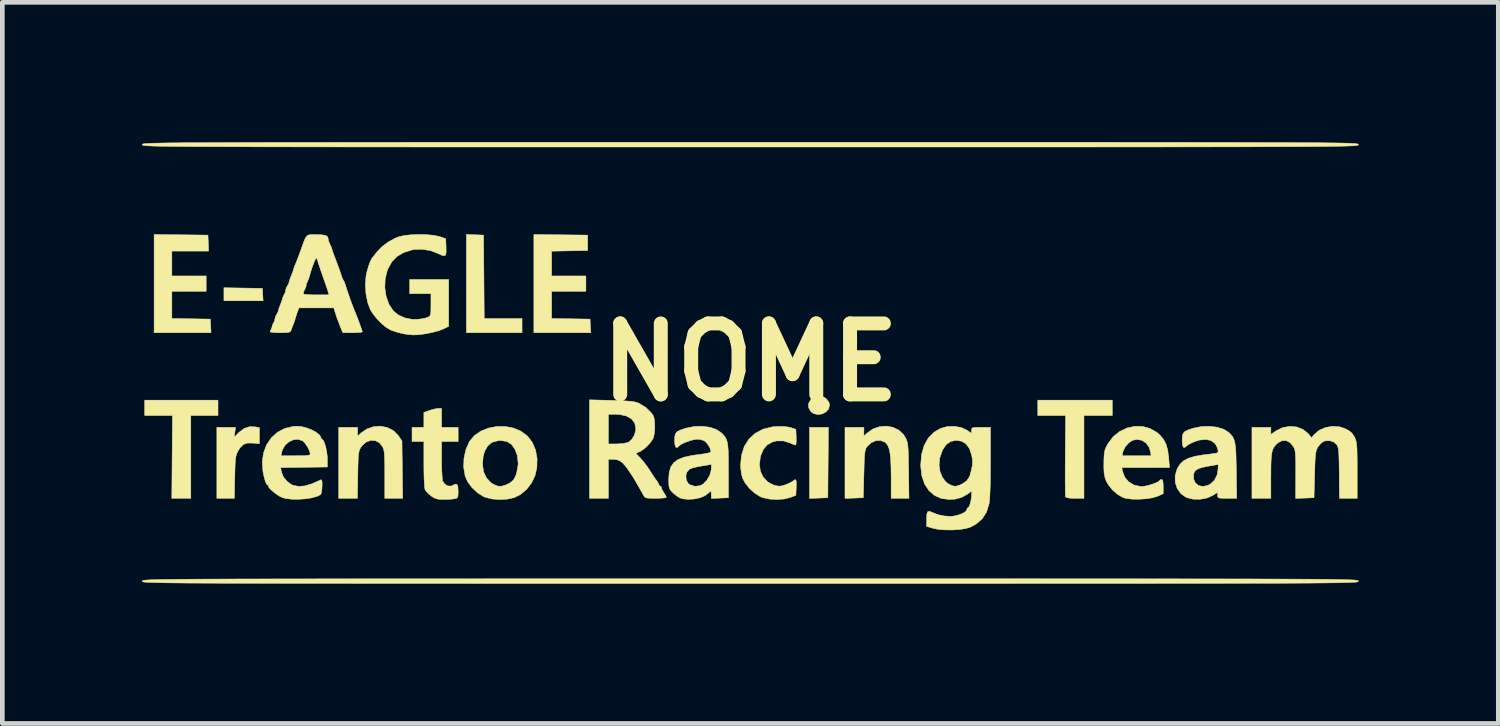
<source format=kicad_pcb>
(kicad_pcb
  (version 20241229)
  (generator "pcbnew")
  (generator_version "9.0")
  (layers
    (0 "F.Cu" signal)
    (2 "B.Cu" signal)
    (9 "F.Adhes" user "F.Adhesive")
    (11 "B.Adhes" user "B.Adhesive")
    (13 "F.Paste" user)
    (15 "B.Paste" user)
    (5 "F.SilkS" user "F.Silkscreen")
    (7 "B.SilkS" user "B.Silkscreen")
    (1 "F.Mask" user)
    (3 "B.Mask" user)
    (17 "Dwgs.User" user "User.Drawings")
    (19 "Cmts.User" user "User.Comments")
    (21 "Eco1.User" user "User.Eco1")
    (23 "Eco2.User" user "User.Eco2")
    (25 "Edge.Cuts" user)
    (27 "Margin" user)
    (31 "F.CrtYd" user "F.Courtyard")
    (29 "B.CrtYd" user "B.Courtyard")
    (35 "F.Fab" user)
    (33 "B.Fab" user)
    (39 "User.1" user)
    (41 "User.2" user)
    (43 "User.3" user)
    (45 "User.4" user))
  (footprint "NOME"
    (layer "F.Cu")
    (at 13.061 4.729)
    (property "Reference" "NOME" (at 0 0 0) (layer "F.SilkS") (effects (font (size 1.524 1.524) (thickness 0.3))))
    (attr through_hole)
    (fp_poly (pts (xy -10.89 -1.594) (xy -10.477 -1.587) (xy -10.462 -1.321) (xy -11.303 -1.321) (xy -11.303 -1.601) (xy -10.89 -1.594)) (stroke (width 0.01) (type solid)) (fill yes) (layer "F.SilkS"))
    (fp_poly (pts (xy 1.67 2.153) (xy 1.664 2.908) (xy 1.27 2.923) (xy 1.27 1.397) (xy 1.677 1.397) (xy 1.67 2.153)) (stroke (width 0.01) (type solid)) (fill yes) (layer "F.SilkS"))
    (fp_poly (pts (xy -5.728 -2.731) (xy -5.721 -1.835) (xy -5.714 -0.94) (xy -4.902 -0.94) (xy -4.902 -0.635) (xy -6.096 -0.635) (xy -6.096 -2.745) (xy -5.728 -2.731)) (stroke (width 0.01) (type solid)) (fill yes) (layer "F.SilkS"))
    (fp_poly (pts (xy -11.43 1.143) (xy -12.014 1.143) (xy -12.014 2.921) (xy -12.422 2.921) (xy -12.415 2.032) (xy -12.408 1.143) (xy -12.706 1.143) (xy -13.005 1.143) (xy -13.005 0.813) (xy -11.43 0.813) (xy -11.43 1.143)) (stroke (width 0.01) (type solid)) (fill yes) (layer "F.SilkS"))
    (fp_poly (pts (xy -3.493 -2.731) (xy -3.493 -2.4) (xy -3.88 -2.393) (xy -4.267 -2.386) (xy -4.267 -1.854) (xy -3.531 -1.854) (xy -3.531 -1.524) (xy -4.267 -1.524) (xy -4.267 -0.941) (xy -3.854 -0.934) (xy -3.442 -0.927) (xy -3.434 -0.781) (xy -3.426 -0.635) (xy -4.648 -0.635) (xy -4.648 -2.744) (xy -3.493 -2.731)) (stroke (width 0.01) (type solid)) (fill yes) (layer "F.SilkS"))
    (fp_poly (pts (xy -11.646 -2.731) (xy -11.638 -2.559) (xy -11.631 -2.388) (xy -12.026 -2.388) (xy -12.421 -2.388) (xy -12.421 -1.854) (xy -11.684 -1.854) (xy -11.684 -1.524) (xy -12.421 -1.524) (xy -12.421 -0.941) (xy -12.008 -0.934) (xy -11.595 -0.927) (xy -11.587 -0.781) (xy -11.58 -0.635) (xy -12.802 -0.635) (xy -12.802 -2.744) (xy -11.646 -2.731)) (stroke (width 0.01) (type solid)) (fill yes) (layer "F.SilkS"))
    (fp_poly (pts (xy 1.556 0.732) (xy 1.632 0.784) (xy 1.685 0.854) (xy 1.702 0.918) (xy 1.68 1.002) (xy 1.622 1.067) (xy 1.541 1.109) (xy 1.45 1.122) (xy 1.362 1.103) (xy 1.3 1.059) (xy 1.251 0.975) (xy 1.249 0.887) (xy 1.295 0.803) (xy 1.323 0.777) (xy 1.395 0.732) (xy 1.466 0.711) (xy 1.473 0.711) (xy 1.556 0.732)) (stroke (width 0.01) (type solid)) (fill yes) (layer "F.SilkS"))
    (fp_poly (pts (xy 7.772 1.143) (xy 7.163 1.143) (xy 7.163 2.921) (xy 6.972 2.921) (xy 6.859 2.917) (xy 6.792 2.906) (xy 6.768 2.888) (xy 6.765 2.856) (xy 6.763 2.779) (xy 6.761 2.663) (xy 6.76 2.515) (xy 6.76 2.341) (xy 6.761 2.147) (xy 6.762 1.999) (xy 6.769 1.143) (xy 6.172 1.143) (xy 6.172 0.813) (xy 7.772 0.813) (xy 7.772 1.143)) (stroke (width 0.01) (type solid)) (fill yes) (layer "F.SilkS"))
    (fp_poly (pts (xy -10.625 1.387) (xy -10.541 1.403) (xy -10.541 1.749) (xy -10.68 1.735) (xy -10.798 1.734) (xy -10.886 1.765) (xy -10.957 1.835) (xy -11.004 1.912) (xy -11.025 1.955) (xy -11.04 2) (xy -11.051 2.056) (xy -11.059 2.132) (xy -11.064 2.237) (xy -11.068 2.379) (xy -11.07 2.47) (xy -11.079 2.921) (xy -11.455 2.921) (xy -11.455 1.397) (xy -11.054 1.397) (xy -11.068 1.502) (xy -11.082 1.608) (xy -10.981 1.506) (xy -10.868 1.42) (xy -10.749 1.381) (xy -10.625 1.387)) (stroke (width 0.01) (type solid)) (fill yes) (layer "F.SilkS"))
    (fp_poly (pts (xy -7.795 1.4) (xy -7.666 1.466) (xy -7.562 1.569) (xy -7.553 1.582) (xy -7.48 1.689) (xy -7.465 2.921) (xy -7.849 2.921) (xy -7.849 2.414) (xy -7.849 2.235) (xy -7.851 2.099) (xy -7.856 1.998) (xy -7.862 1.925) (xy -7.873 1.873) (xy -7.887 1.832) (xy -7.893 1.819) (xy -7.961 1.731) (xy -8.049 1.684) (xy -8.147 1.677) (xy -8.245 1.71) (xy -8.332 1.783) (xy -8.364 1.827) (xy -8.383 1.861) (xy -8.398 1.899) (xy -8.408 1.947) (xy -8.416 2.013) (xy -8.421 2.106) (xy -8.425 2.233) (xy -8.428 2.402) (xy -8.428 2.419) (xy -8.437 2.921) (xy -8.839 2.921) (xy -8.839 1.397) (xy -8.433 1.397) (xy -8.433 1.584) (xy -8.363 1.52) (xy -8.233 1.431) (xy -8.089 1.382) (xy -7.939 1.371) (xy -7.795 1.4)) (stroke (width 0.01) (type solid)) (fill yes) (layer "F.SilkS"))
    (fp_poly (pts (xy 3.059 1.395) (xy 3.185 1.455) (xy 3.287 1.549) (xy 3.333 1.623) (xy 3.352 1.663) (xy 3.366 1.705) (xy 3.377 1.754) (xy 3.384 1.819) (xy 3.39 1.907) (xy 3.394 2.025) (xy 3.396 2.181) (xy 3.399 2.33) (xy 3.406 2.921) (xy 3.023 2.921) (xy 3.023 2.456) (xy 3.02 2.242) (xy 3.012 2.073) (xy 2.998 1.943) (xy 2.976 1.846) (xy 2.945 1.776) (xy 2.904 1.727) (xy 2.887 1.714) (xy 2.795 1.678) (xy 2.692 1.684) (xy 2.592 1.729) (xy 2.507 1.809) (xy 2.504 1.812) (xy 2.486 1.84) (xy 2.472 1.873) (xy 2.462 1.92) (xy 2.454 1.987) (xy 2.448 2.082) (xy 2.443 2.213) (xy 2.439 2.386) (xy 2.438 2.396) (xy 2.426 2.908) (xy 2.032 2.923) (xy 2.032 1.397) (xy 2.438 1.397) (xy 2.438 1.584) (xy 2.508 1.519) (xy 2.634 1.431) (xy 2.774 1.382) (xy 2.919 1.37) (xy 3.059 1.395)) (stroke (width 0.01) (type solid)) (fill yes) (layer "F.SilkS"))
    (fp_poly (pts (xy -6.629 0.991) (xy -6.629 1.397) (xy -6.274 1.397) (xy -6.274 1.702) (xy -6.629 1.702) (xy -6.629 2.094) (xy -6.628 2.235) (xy -6.623 2.363) (xy -6.617 2.466) (xy -6.609 2.534) (xy -6.605 2.551) (xy -6.559 2.617) (xy -6.494 2.655) (xy -6.425 2.658) (xy -6.399 2.647) (xy -6.337 2.616) (xy -6.299 2.622) (xy -6.28 2.668) (xy -6.274 2.76) (xy -6.274 2.765) (xy -6.275 2.849) (xy -6.283 2.895) (xy -6.305 2.917) (xy -6.346 2.929) (xy -6.353 2.931) (xy -6.422 2.939) (xy -6.518 2.945) (xy -6.591 2.946) (xy -6.688 2.942) (xy -6.758 2.926) (xy -6.824 2.891) (xy -6.855 2.869) (xy -6.922 2.812) (xy -6.972 2.753) (xy -6.986 2.728) (xy -6.994 2.683) (xy -7 2.596) (xy -7.006 2.477) (xy -7.009 2.335) (xy -7.01 2.183) (xy -7.01 1.702) (xy -7.264 1.702) (xy -7.264 1.397) (xy -7.01 1.397) (xy -7.01 1.077) (xy -6.89 1.034) (xy -6.804 1.008) (xy -6.725 0.992) (xy -6.699 0.99) (xy -6.629 0.991)) (stroke (width 0.01) (type solid)) (fill yes) (layer "F.SilkS"))
    (fp_poly (pts (xy 0.738 1.378) (xy 0.862 1.399) (xy 0.876 1.404) (xy 0.978 1.44) (xy 0.985 1.609) (xy 0.986 1.694) (xy 0.981 1.755) (xy 0.97 1.778) (xy 0.97 1.778) (xy 0.934 1.768) (xy 0.875 1.742) (xy 0.866 1.737) (xy 0.715 1.688) (xy 0.563 1.688) (xy 0.47 1.713) (xy 0.362 1.774) (xy 0.282 1.867) (xy 0.225 2) (xy 0.215 2.036) (xy 0.195 2.195) (xy 0.217 2.342) (xy 0.279 2.47) (xy 0.376 2.571) (xy 0.504 2.637) (xy 0.522 2.642) (xy 0.601 2.659) (xy 0.666 2.656) (xy 0.746 2.632) (xy 0.756 2.629) (xy 0.835 2.596) (xy 0.898 2.562) (xy 0.916 2.549) (xy 0.954 2.522) (xy 0.977 2.525) (xy 0.987 2.564) (xy 0.987 2.646) (xy 0.985 2.685) (xy 0.978 2.856) (xy 0.864 2.9) (xy 0.726 2.935) (xy 0.568 2.947) (xy 0.408 2.937) (xy 0.266 2.906) (xy 0.216 2.886) (xy 0.094 2.81) (xy -0.02 2.706) (xy -0.114 2.588) (xy -0.169 2.483) (xy -0.19 2.397) (xy -0.205 2.289) (xy -0.21 2.21) (xy -0.19 1.994) (xy -0.129 1.805) (xy -0.03 1.648) (xy 0.106 1.523) (xy 0.275 1.435) (xy 0.475 1.386) (xy 0.569 1.378) (xy 0.738 1.378)) (stroke (width 0.01) (type solid)) (fill yes) (layer "F.SilkS"))
    (fp_poly (pts (xy -5.088 1.411) (xy -4.926 1.479) (xy -4.786 1.583) (xy -4.784 1.585) (xy -4.681 1.72) (xy -4.612 1.884) (xy -4.579 2.067) (xy -4.583 2.257) (xy -4.622 2.431) (xy -4.697 2.589) (xy -4.805 2.729) (xy -4.936 2.839) (xy -5.068 2.905) (xy -5.217 2.938) (xy -5.384 2.948) (xy -5.549 2.934) (xy -5.693 2.898) (xy -5.733 2.881) (xy -5.862 2.799) (xy -5.978 2.689) (xy -6.07 2.565) (xy -6.123 2.446) (xy -6.155 2.258) (xy -6.153 2.196) (xy -5.751 2.196) (xy -5.727 2.352) (xy -5.666 2.483) (xy -5.571 2.585) (xy -5.507 2.624) (xy -5.422 2.658) (xy -5.348 2.662) (xy -5.261 2.637) (xy -5.239 2.628) (xy -5.145 2.58) (xy -5.083 2.522) (xy -5.039 2.439) (xy -5.015 2.365) (xy -4.984 2.18) (xy -5.004 2.001) (xy -5.052 1.873) (xy -5.125 1.766) (xy -5.224 1.702) (xy -5.351 1.68) (xy -5.415 1.683) (xy -5.54 1.716) (xy -5.636 1.791) (xy -5.704 1.908) (xy -5.737 2.025) (xy -5.751 2.196) (xy -6.153 2.196) (xy -6.149 2.062) (xy -6.108 1.872) (xy -6.034 1.706) (xy -6.029 1.697) (xy -5.922 1.571) (xy -5.783 1.475) (xy -5.621 1.411) (xy -5.445 1.378) (xy -5.264 1.378) (xy -5.088 1.411)) (stroke (width 0.01) (type solid)) (fill yes) (layer "F.SilkS"))
    (fp_poly (pts (xy 8.419 1.377) (xy 8.581 1.421) (xy 8.73 1.506) (xy 8.793 1.561) (xy 8.872 1.655) (xy 8.927 1.76) (xy 8.962 1.889) (xy 8.983 2.054) (xy 8.984 2.064) (xy 8.999 2.261) (xy 7.977 2.261) (xy 7.992 2.343) (xy 8.04 2.468) (xy 8.126 2.568) (xy 8.242 2.637) (xy 8.38 2.666) (xy 8.404 2.667) (xy 8.473 2.659) (xy 8.558 2.639) (xy 8.646 2.612) (xy 8.723 2.582) (xy 8.774 2.554) (xy 8.788 2.536) (xy 8.809 2.517) (xy 8.826 2.515) (xy 8.849 2.526) (xy 8.86 2.567) (xy 8.865 2.648) (xy 8.865 2.668) (xy 8.865 2.822) (xy 8.744 2.876) (xy 8.639 2.908) (xy 8.503 2.93) (xy 8.354 2.94) (xy 8.207 2.939) (xy 8.08 2.925) (xy 8.012 2.907) (xy 7.893 2.842) (xy 7.778 2.744) (xy 7.684 2.627) (xy 7.641 2.55) (xy 7.612 2.466) (xy 7.595 2.372) (xy 7.59 2.251) (xy 7.59 2.212) (xy 7.592 2.074) (xy 7.596 2.007) (xy 7.983 2.007) (xy 8.604 2.007) (xy 8.597 1.946) (xy 8.564 1.828) (xy 8.498 1.736) (xy 8.409 1.676) (xy 8.305 1.656) (xy 8.205 1.676) (xy 8.122 1.732) (xy 8.049 1.817) (xy 8.002 1.912) (xy 7.996 1.937) (xy 7.983 2.007) (xy 7.596 2.007) (xy 7.598 1.974) (xy 7.61 1.898) (xy 7.632 1.834) (xy 7.666 1.768) (xy 7.68 1.744) (xy 7.791 1.597) (xy 7.929 1.486) (xy 8.085 1.411) (xy 8.251 1.375) (xy 8.419 1.377)) (stroke (width 0.01) (type solid)) (fill yes) (layer "F.SilkS"))
    (fp_poly (pts (xy -6.954 -2.741) (xy -6.802 -2.727) (xy -6.681 -2.702) (xy -6.668 -2.698) (xy -6.54 -2.654) (xy -6.533 -2.47) (xy -6.532 -2.365) (xy -6.542 -2.306) (xy -6.572 -2.286) (xy -6.627 -2.299) (xy -6.701 -2.334) (xy -6.863 -2.396) (xy -7.04 -2.426) (xy -7.21 -2.422) (xy -7.26 -2.414) (xy -7.442 -2.357) (xy -7.585 -2.274) (xy -7.696 -2.16) (xy -7.78 -2.008) (xy -7.798 -1.964) (xy -7.841 -1.787) (xy -7.848 -1.6) (xy -7.82 -1.415) (xy -7.759 -1.245) (xy -7.667 -1.105) (xy -7.667 -1.104) (xy -7.558 -1.016) (xy -7.418 -0.953) (xy -7.261 -0.922) (xy -7.15 -0.922) (xy -7.054 -0.934) (xy -6.969 -0.952) (xy -6.928 -0.966) (xy -6.895 -0.983) (xy -6.875 -1.005) (xy -6.864 -1.043) (xy -6.859 -1.107) (xy -6.858 -1.208) (xy -6.858 -1.236) (xy -6.858 -1.473) (xy -7.315 -1.473) (xy -7.315 -1.778) (xy -6.477 -1.778) (xy -6.477 -0.772) (xy -6.596 -0.714) (xy -6.7 -0.675) (xy -6.837 -0.639) (xy -6.986 -0.61) (xy -7.131 -0.591) (xy -7.239 -0.587) (xy -7.333 -0.595) (xy -7.442 -0.611) (xy -7.493 -0.622) (xy -7.593 -0.649) (xy -7.691 -0.681) (xy -7.731 -0.697) (xy -7.825 -0.754) (xy -7.929 -0.842) (xy -8.03 -0.948) (xy -8.116 -1.059) (xy -8.16 -1.132) (xy -8.217 -1.286) (xy -8.253 -1.468) (xy -8.266 -1.661) (xy -8.254 -1.836) (xy -8.233 -1.943) (xy -8.201 -2.054) (xy -8.165 -2.155) (xy -8.128 -2.23) (xy -8.105 -2.261) (xy -8.081 -2.287) (xy -8.041 -2.339) (xy -8.021 -2.366) (xy -7.915 -2.478) (xy -7.778 -2.582) (xy -7.626 -2.665) (xy -7.555 -2.693) (xy -7.438 -2.721) (xy -7.288 -2.738) (xy -7.122 -2.745) (xy -6.954 -2.741)) (stroke (width 0.01) (type solid)) (fill yes) (layer "F.SilkS"))
    (fp_poly (pts (xy 12.649 1.384) (xy 12.764 1.422) (xy 12.857 1.471) (xy 12.917 1.521) (xy 12.962 1.585) (xy 12.986 1.633) (xy 13 1.67) (xy 13.011 1.716) (xy 13.019 1.777) (xy 13.025 1.861) (xy 13.028 1.974) (xy 13.03 2.124) (xy 13.03 2.317) (xy 13.03 2.325) (xy 13.03 2.921) (xy 12.649 2.921) (xy 12.645 2.47) (xy 12.643 2.275) (xy 12.641 2.123) (xy 12.637 2.009) (xy 12.633 1.926) (xy 12.626 1.866) (xy 12.617 1.825) (xy 12.605 1.794) (xy 12.589 1.767) (xy 12.588 1.766) (xy 12.526 1.711) (xy 12.438 1.683) (xy 12.345 1.686) (xy 12.296 1.705) (xy 12.241 1.751) (xy 12.188 1.817) (xy 12.181 1.829) (xy 12.162 1.865) (xy 12.148 1.907) (xy 12.138 1.963) (xy 12.13 2.041) (xy 12.124 2.149) (xy 12.119 2.294) (xy 12.116 2.413) (xy 12.103 2.908) (xy 11.708 2.923) (xy 11.71 2.416) (xy 11.711 2.234) (xy 11.709 2.095) (xy 11.705 1.993) (xy 11.698 1.92) (xy 11.687 1.869) (xy 11.673 1.832) (xy 11.673 1.832) (xy 11.602 1.736) (xy 11.517 1.685) (xy 11.425 1.681) (xy 11.333 1.725) (xy 11.291 1.763) (xy 11.254 1.806) (xy 11.226 1.851) (xy 11.206 1.906) (xy 11.192 1.979) (xy 11.183 2.077) (xy 11.178 2.206) (xy 11.177 2.375) (xy 11.176 2.483) (xy 11.176 2.921) (xy 10.77 2.921) (xy 10.77 1.397) (xy 11.176 1.397) (xy 11.176 1.548) (xy 11.295 1.467) (xy 11.433 1.401) (xy 11.582 1.375) (xy 11.729 1.388) (xy 11.864 1.44) (xy 11.975 1.528) (xy 11.991 1.548) (xy 12.048 1.619) (xy 12.105 1.552) (xy 12.212 1.461) (xy 12.348 1.401) (xy 12.498 1.374) (xy 12.649 1.384)) (stroke (width 0.01) (type solid)) (fill yes) (layer "F.SilkS"))
    (fp_poly (pts (xy -9.624 1.383) (xy -9.513 1.413) (xy -9.405 1.457) (xy -9.313 1.509) (xy -9.248 1.563) (xy -9.22 1.614) (xy -9.22 1.619) (xy -9.207 1.649) (xy -9.198 1.651) (xy -9.171 1.674) (xy -9.142 1.736) (xy -9.116 1.824) (xy -9.095 1.927) (xy -9.083 2.031) (xy -9.082 2.07) (xy -9.081 2.248) (xy -10.086 2.262) (xy -10.068 2.355) (xy -10.027 2.459) (xy -9.95 2.554) (xy -9.854 2.625) (xy -9.811 2.644) (xy -9.696 2.664) (xy -9.567 2.654) (xy -9.416 2.61) (xy -9.237 2.531) (xy -9.214 2.52) (xy -9.201 2.534) (xy -9.195 2.584) (xy -9.195 2.654) (xy -9.2 2.729) (xy -9.209 2.795) (xy -9.223 2.835) (xy -9.227 2.839) (xy -9.304 2.879) (xy -9.418 2.911) (xy -9.556 2.932) (xy -9.704 2.942) (xy -9.848 2.94) (xy -9.976 2.924) (xy -10.047 2.906) (xy -10.11 2.875) (xy -10.182 2.828) (xy -10.251 2.774) (xy -10.308 2.721) (xy -10.343 2.679) (xy -10.345 2.657) (xy -10.348 2.642) (xy -10.356 2.642) (xy -10.387 2.617) (xy -10.418 2.545) (xy -10.448 2.43) (xy -10.465 2.344) (xy -10.479 2.137) (xy -10.461 2.007) (xy -10.078 2.007) (xy -9.764 2.007) (xy -9.63 2.006) (xy -9.54 2.003) (xy -9.485 1.996) (xy -9.457 1.985) (xy -9.449 1.969) (xy -9.449 1.967) (xy -9.465 1.903) (xy -9.505 1.821) (xy -9.557 1.744) (xy -9.61 1.689) (xy -9.615 1.686) (xy -9.707 1.654) (xy -9.807 1.662) (xy -9.904 1.706) (xy -9.987 1.778) (xy -10.045 1.874) (xy -10.059 1.92) (xy -10.078 2.007) (xy -10.461 2.007) (xy -10.452 1.944) (xy -10.386 1.77) (xy -10.285 1.622) (xy -10.155 1.503) (xy -9.998 1.42) (xy -9.818 1.377) (xy -9.728 1.372) (xy -9.624 1.383)) (stroke (width 0.01) (type solid)) (fill yes) (layer "F.SilkS"))
    (fp_poly (pts (xy -2.978 0.818) (xy -2.803 0.823) (xy -2.67 0.83) (xy -2.571 0.837) (xy -2.497 0.848) (xy -2.44 0.861) (xy -2.392 0.88) (xy -2.387 0.882) (xy -2.244 0.969) (xy -2.122 1.091) (xy -2.089 1.136) (xy -2.066 1.201) (xy -2.054 1.298) (xy -2.052 1.411) (xy -2.06 1.521) (xy -2.078 1.611) (xy -2.091 1.642) (xy -2.156 1.737) (xy -2.245 1.829) (xy -2.34 1.9) (xy -2.379 1.92) (xy -2.459 1.954) (xy -2.353 2.065) (xy -2.284 2.146) (xy -2.208 2.248) (xy -2.148 2.338) (xy -2.095 2.422) (xy -2.048 2.491) (xy -2.018 2.532) (xy -2.016 2.534) (xy -1.982 2.585) (xy -1.968 2.616) (xy -1.944 2.657) (xy -1.924 2.667) (xy -1.908 2.677) (xy -1.911 2.682) (xy -1.907 2.71) (xy -1.88 2.762) (xy -1.865 2.787) (xy -1.827 2.847) (xy -1.805 2.891) (xy -1.803 2.899) (xy -1.827 2.909) (xy -1.89 2.916) (xy -1.981 2.92) (xy -2.031 2.921) (xy -2.14 2.92) (xy -2.209 2.916) (xy -2.251 2.905) (xy -2.275 2.885) (xy -2.291 2.861) (xy -2.334 2.783) (xy -2.386 2.692) (xy -2.437 2.603) (xy -2.479 2.531) (xy -2.502 2.492) (xy -2.597 2.345) (xy -2.674 2.238) (xy -2.74 2.163) (xy -2.802 2.117) (xy -2.865 2.092) (xy -2.936 2.083) (xy -2.958 2.083) (xy -3.048 2.083) (xy -3.048 2.921) (xy -3.454 2.921) (xy -3.454 1.118) (xy -3.048 1.118) (xy -3.048 1.753) (xy -2.869 1.753) (xy -2.738 1.745) (xy -2.638 1.724) (xy -2.613 1.713) (xy -2.544 1.653) (xy -2.489 1.561) (xy -2.461 1.458) (xy -2.459 1.418) (xy -2.484 1.304) (xy -2.551 1.216) (xy -2.658 1.154) (xy -2.803 1.122) (xy -2.896 1.118) (xy -3.048 1.118) (xy -3.454 1.118) (xy -3.454 0.806) (xy -2.978 0.818)) (stroke (width 0.01) (type solid)) (fill yes) (layer "F.SilkS"))
    (fp_poly (pts (xy 10.02 1.393) (xy 10.16 1.436) (xy 10.268 1.502) (xy 10.278 1.511) (xy 10.323 1.557) (xy 10.358 1.603) (xy 10.384 1.656) (xy 10.403 1.723) (xy 10.416 1.812) (xy 10.425 1.928) (xy 10.43 2.08) (xy 10.434 2.273) (xy 10.435 2.33) (xy 10.443 2.921) (xy 10.238 2.921) (xy 10.137 2.92) (xy 10.076 2.916) (xy 10.045 2.905) (xy 10.034 2.885) (xy 10.033 2.857) (xy 10.033 2.793) (xy 9.925 2.861) (xy 9.802 2.915) (xy 9.656 2.941) (xy 9.507 2.939) (xy 9.375 2.907) (xy 9.357 2.9) (xy 9.245 2.821) (xy 9.166 2.711) (xy 9.123 2.581) (xy 9.122 2.507) (xy 9.518 2.507) (xy 9.556 2.591) (xy 9.624 2.646) (xy 9.714 2.665) (xy 9.818 2.645) (xy 9.873 2.617) (xy 9.965 2.533) (xy 10.023 2.416) (xy 10.042 2.3) (xy 10.046 2.194) (xy 9.842 2.229) (xy 9.706 2.257) (xy 9.613 2.288) (xy 9.555 2.327) (xy 9.525 2.377) (xy 9.519 2.399) (xy 9.518 2.507) (xy 9.122 2.507) (xy 9.121 2.439) (xy 9.161 2.297) (xy 9.171 2.275) (xy 9.229 2.184) (xy 9.306 2.112) (xy 9.409 2.059) (xy 9.545 2.018) (xy 9.721 1.988) (xy 9.786 1.98) (xy 9.889 1.968) (xy 9.973 1.956) (xy 10.024 1.946) (xy 10.033 1.943) (xy 10.045 1.909) (xy 10.032 1.849) (xy 10 1.78) (xy 9.973 1.741) (xy 9.892 1.68) (xy 9.782 1.656) (xy 9.648 1.67) (xy 9.546 1.7) (xy 9.464 1.736) (xy 9.399 1.771) (xy 9.372 1.792) (xy 9.326 1.831) (xy 9.294 1.821) (xy 9.276 1.762) (xy 9.271 1.677) (xy 9.275 1.589) (xy 9.293 1.528) (xy 9.334 1.484) (xy 9.406 1.449) (xy 9.519 1.413) (xy 9.523 1.412) (xy 9.689 1.379) (xy 9.858 1.374) (xy 10.02 1.393)) (stroke (width 0.01) (type solid)) (fill yes) (layer "F.SilkS"))
    (fp_poly (pts (xy -0.87 1.395) (xy -0.73 1.442) (xy -0.623 1.513) (xy -0.619 1.517) (xy -0.573 1.565) (xy -0.538 1.61) (xy -0.512 1.66) (xy -0.494 1.723) (xy -0.482 1.805) (xy -0.474 1.913) (xy -0.471 2.055) (xy -0.47 2.238) (xy -0.47 2.324) (xy -0.47 2.908) (xy -0.654 2.916) (xy -0.838 2.923) (xy -0.84 2.827) (xy -0.844 2.774) (xy -0.852 2.758) (xy -0.855 2.764) (xy -0.884 2.796) (xy -0.94 2.84) (xy -0.974 2.863) (xy -1.076 2.908) (xy -1.203 2.935) (xy -1.335 2.943) (xy -1.453 2.931) (xy -1.511 2.912) (xy -1.578 2.871) (xy -1.651 2.812) (xy -1.67 2.794) (xy -1.711 2.75) (xy -1.736 2.71) (xy -1.748 2.658) (xy -1.752 2.58) (xy -1.753 2.511) (xy -1.748 2.441) (xy -1.384 2.441) (xy -1.375 2.528) (xy -1.335 2.6) (xy -1.299 2.629) (xy -1.188 2.663) (xy -1.078 2.649) (xy -1.013 2.614) (xy -0.934 2.533) (xy -0.872 2.425) (xy -0.84 2.312) (xy -0.838 2.279) (xy -0.838 2.193) (xy -1.044 2.226) (xy -1.149 2.246) (xy -1.24 2.269) (xy -1.3 2.292) (xy -1.308 2.296) (xy -1.362 2.358) (xy -1.384 2.441) (xy -1.748 2.441) (xy -1.742 2.365) (xy -1.709 2.248) (xy -1.647 2.157) (xy -1.552 2.088) (xy -1.419 2.036) (xy -1.244 1.999) (xy -1.103 1.98) (xy -1 1.966) (xy -0.916 1.95) (xy -0.864 1.936) (xy -0.854 1.931) (xy -0.849 1.894) (xy -0.87 1.835) (xy -0.908 1.77) (xy -0.955 1.713) (xy -0.993 1.683) (xy -1.064 1.66) (xy -1.136 1.651) (xy -1.211 1.661) (xy -1.305 1.686) (xy -1.4 1.721) (xy -1.48 1.758) (xy -1.525 1.792) (xy -1.571 1.831) (xy -1.603 1.821) (xy -1.621 1.762) (xy -1.626 1.677) (xy -1.622 1.589) (xy -1.604 1.528) (xy -1.563 1.484) (xy -1.49 1.449) (xy -1.377 1.413) (xy -1.373 1.412) (xy -1.203 1.378) (xy -1.031 1.373) (xy -0.87 1.395)) (stroke (width 0.01) (type solid)) (fill yes) (layer "F.SilkS"))
    (fp_poly (pts (xy 4.532 1.402) (xy 4.645 1.455) (xy 4.75 1.525) (xy 4.75 1.461) (xy 4.752 1.429) (xy 4.765 1.41) (xy 4.8 1.401) (xy 4.867 1.397) (xy 4.953 1.397) (xy 5.156 1.397) (xy 5.156 2.142) (xy 5.155 2.39) (xy 5.152 2.605) (xy 5.146 2.785) (xy 5.139 2.923) (xy 5.13 3.017) (xy 5.126 3.037) (xy 5.071 3.215) (xy 4.981 3.358) (xy 4.851 3.471) (xy 4.727 3.539) (xy 4.627 3.569) (xy 4.492 3.59) (xy 4.338 3.6) (xy 4.181 3.599) (xy 4.036 3.587) (xy 3.918 3.563) (xy 3.785 3.523) (xy 3.785 3.362) (xy 3.789 3.264) (xy 3.805 3.212) (xy 3.84 3.198) (xy 3.897 3.219) (xy 3.918 3.229) (xy 4.031 3.272) (xy 4.167 3.3) (xy 4.301 3.308) (xy 4.375 3.301) (xy 4.487 3.272) (xy 4.577 3.234) (xy 4.633 3.193) (xy 4.648 3.162) (xy 4.661 3.128) (xy 4.672 3.124) (xy 4.695 3.101) (xy 4.718 3.043) (xy 4.737 2.965) (xy 4.748 2.882) (xy 4.75 2.85) (xy 4.75 2.766) (xy 4.667 2.827) (xy 4.538 2.901) (xy 4.391 2.939) (xy 4.27 2.946) (xy 4.098 2.923) (xy 3.951 2.857) (xy 3.831 2.751) (xy 3.74 2.61) (xy 3.681 2.436) (xy 3.658 2.232) (xy 3.658 2.205) (xy 4.053 2.205) (xy 4.073 2.345) (xy 4.123 2.47) (xy 4.198 2.569) (xy 4.259 2.614) (xy 4.339 2.651) (xy 4.401 2.662) (xy 4.468 2.647) (xy 4.538 2.618) (xy 4.644 2.547) (xy 4.708 2.452) (xy 4.716 2.426) (xy 4.748 2.303) (xy 4.766 2.213) (xy 4.771 2.139) (xy 4.765 2.066) (xy 4.752 1.998) (xy 4.705 1.854) (xy 4.632 1.752) (xy 4.533 1.694) (xy 4.418 1.676) (xy 4.3 1.7) (xy 4.202 1.769) (xy 4.126 1.884) (xy 4.07 2.043) (xy 4.066 2.063) (xy 4.053 2.205) (xy 3.658 2.205) (xy 3.658 2.204) (xy 3.676 1.98) (xy 3.732 1.786) (xy 3.822 1.625) (xy 3.947 1.499) (xy 4.085 1.419) (xy 4.229 1.379) (xy 4.384 1.374) (xy 4.532 1.402)) (stroke (width 0.01) (type solid)) (fill yes) (layer "F.SilkS"))
    (fp_poly (pts (xy -9.221 -2.739) (xy -9.135 -2.728) (xy -9.087 -2.707) (xy -9.069 -2.674) (xy -9.068 -2.663) (xy -9.056 -2.606) (xy -9.029 -2.539) (xy -9.002 -2.482) (xy -8.988 -2.446) (xy -8.988 -2.445) (xy -8.985 -2.43) (xy -8.979 -2.409) (xy -8.966 -2.372) (xy -8.944 -2.311) (xy -8.908 -2.217) (xy -8.877 -2.134) (xy -8.837 -2.027) (xy -8.804 -1.934) (xy -8.782 -1.867) (xy -8.775 -1.845) (xy -8.754 -1.789) (xy -8.741 -1.769) (xy -8.718 -1.726) (xy -8.694 -1.66) (xy -8.692 -1.651) (xy -8.665 -1.567) (xy -8.627 -1.456) (xy -8.585 -1.335) (xy -8.543 -1.221) (xy -8.508 -1.131) (xy -8.497 -1.105) (xy -8.469 -1.037) (xy -8.434 -0.949) (xy -8.399 -0.854) (xy -8.366 -0.764) (xy -8.342 -0.694) (xy -8.331 -0.656) (xy -8.331 -0.654) (xy -8.355 -0.645) (xy -8.417 -0.639) (xy -8.506 -0.635) (xy -8.541 -0.635) (xy -8.75 -0.636) (xy -8.791 -0.731) (xy -8.879 -0.962) (xy -8.919 -1.086) (xy -8.943 -1.168) (xy -9.693 -1.168) (xy -9.728 -1.073) (xy -9.752 -1.002) (xy -9.768 -0.948) (xy -9.77 -0.941) (xy -9.783 -0.894) (xy -9.808 -0.826) (xy -9.813 -0.814) (xy -9.842 -0.742) (xy -9.863 -0.685) (xy -9.865 -0.679) (xy -9.879 -0.657) (xy -9.911 -0.644) (xy -9.971 -0.637) (xy -10.07 -0.635) (xy -10.096 -0.635) (xy -10.193 -0.637) (xy -10.268 -0.643) (xy -10.309 -0.652) (xy -10.312 -0.656) (xy -10.297 -0.693) (xy -10.295 -0.695) (xy -10.277 -0.732) (xy -10.269 -0.768) (xy -10.251 -0.825) (xy -10.235 -0.849) (xy -10.214 -0.893) (xy -10.21 -0.926) (xy -10.194 -0.988) (xy -10.172 -1.027) (xy -10.143 -1.077) (xy -10.135 -1.107) (xy -10.125 -1.148) (xy -10.101 -1.213) (xy -10.092 -1.235) (xy -10.063 -1.31) (xy -10.043 -1.373) (xy -10.041 -1.384) (xy -10.021 -1.438) (xy -10.007 -1.459) (xy -9.999 -1.474) (xy -9.601 -1.474) (xy -9.576 -1.462) (xy -9.505 -1.453) (xy -9.389 -1.448) (xy -9.324 -1.448) (xy -9.046 -1.448) (xy -9.067 -1.518) (xy -9.084 -1.57) (xy -9.113 -1.657) (xy -9.151 -1.765) (xy -9.182 -1.854) (xy -9.222 -1.968) (xy -9.256 -2.069) (xy -9.28 -2.145) (xy -9.289 -2.178) (xy -9.306 -2.223) (xy -9.321 -2.235) (xy -9.338 -2.213) (xy -9.364 -2.156) (xy -9.395 -2.076) (xy -9.426 -1.987) (xy -9.451 -1.903) (xy -9.463 -1.857) (xy -9.485 -1.79) (xy -9.514 -1.724) (xy -9.536 -1.674) (xy -9.539 -1.651) (xy -9.538 -1.651) (xy -9.538 -1.632) (xy -9.559 -1.584) (xy -9.562 -1.576) (xy -9.589 -1.517) (xy -9.601 -1.476) (xy -9.601 -1.474) (xy -9.999 -1.474) (xy -9.986 -1.503) (xy -9.981 -1.535) (xy -9.966 -1.597) (xy -9.943 -1.637) (xy -9.914 -1.687) (xy -9.906 -1.716) (xy -9.896 -1.757) (xy -9.873 -1.822) (xy -9.863 -1.845) (xy -9.835 -1.915) (xy -9.816 -1.97) (xy -9.814 -1.98) (xy -9.798 -2.033) (xy -9.784 -2.069) (xy -9.744 -2.163) (xy -9.694 -2.293) (xy -9.638 -2.447) (xy -9.628 -2.477) (xy -9.587 -2.592) (xy -9.554 -2.668) (xy -9.522 -2.713) (xy -9.482 -2.735) (xy -9.424 -2.742) (xy -9.349 -2.743) (xy -9.221 -2.739)) (stroke (width 0.01) (type solid)) (fill yes) (layer "F.SilkS"))
    (fp_poly (pts (xy 1.895 -4.724) (xy 2.769 -4.724) (xy 3.597 -4.724) (xy 4.379 -4.724) (xy 5.117 -4.724) (xy 5.811 -4.724) (xy 6.464 -4.724) (xy 7.077 -4.724) (xy 7.65 -4.724) (xy 8.185 -4.723) (xy 8.684 -4.723) (xy 9.148 -4.723) (xy 9.577 -4.722) (xy 9.974 -4.722) (xy 10.339 -4.721) (xy 10.675 -4.72) (xy 10.981 -4.719) (xy 11.26 -4.719) (xy 11.513 -4.718) (xy 11.741 -4.717) (xy 11.945 -4.715) (xy 12.127 -4.714) (xy 12.288 -4.713) (xy 12.429 -4.711) (xy 12.552 -4.71) (xy 12.657 -4.708) (xy 12.747 -4.706) (xy 12.822 -4.704) (xy 12.884 -4.702) (xy 12.934 -4.699) (xy 12.973 -4.697) (xy 13.003 -4.694) (xy 13.024 -4.691) (xy 13.039 -4.688) (xy 13.048 -4.685) (xy 13.053 -4.682) (xy 13.055 -4.678) (xy 13.056 -4.674) (xy 13.056 -4.674) (xy 13.055 -4.67) (xy 13.054 -4.666) (xy 13.049 -4.663) (xy 13.041 -4.66) (xy 13.028 -4.657) (xy 13.008 -4.654) (xy 12.98 -4.651) (xy 12.943 -4.648) (xy 12.896 -4.646) (xy 12.837 -4.644) (xy 12.765 -4.642) (xy 12.678 -4.64) (xy 12.576 -4.638) (xy 12.457 -4.636) (xy 12.32 -4.635) (xy 12.164 -4.633) (xy 11.987 -4.632) (xy 11.787 -4.631) (xy 11.565 -4.63) (xy 11.318 -4.629) (xy 11.044 -4.628) (xy 10.744 -4.627) (xy 10.415 -4.626) (xy 10.056 -4.626) (xy 9.666 -4.625) (xy 9.244 -4.625) (xy 8.788 -4.624) (xy 8.297 -4.624) (xy 7.769 -4.624) (xy 7.204 -4.623) (xy 6.601 -4.623) (xy 5.957 -4.623) (xy 5.271 -4.623) (xy 4.543 -4.623) (xy 3.771 -4.623) (xy 2.953 -4.623) (xy 2.089 -4.623) (xy 1.177 -4.623) (xy 0.216 -4.623) (xy 0 -4.623) (xy -0.972 -4.623) (xy -1.895 -4.623) (xy -2.769 -4.623) (xy -3.597 -4.623) (xy -4.379 -4.623) (xy -5.117 -4.623) (xy -5.811 -4.623) (xy -6.464 -4.623) (xy -7.077 -4.623) (xy -7.65 -4.624) (xy -8.185 -4.624) (xy -8.684 -4.624) (xy -9.148 -4.625) (xy -9.577 -4.625) (xy -9.974 -4.626) (xy -10.339 -4.626) (xy -10.675 -4.627) (xy -10.981 -4.628) (xy -11.26 -4.629) (xy -11.513 -4.63) (xy -11.741 -4.631) (xy -11.945 -4.632) (xy -12.127 -4.633) (xy -12.288 -4.634) (xy -12.429 -4.636) (xy -12.552 -4.638) (xy -12.657 -4.639) (xy -12.747 -4.641) (xy -12.822 -4.643) (xy -12.884 -4.646) (xy -12.934 -4.648) (xy -12.973 -4.65) (xy -13.003 -4.653) (xy -13.024 -4.656) (xy -13.039 -4.659) (xy -13.048 -4.662) (xy -13.053 -4.665) (xy -13.055 -4.669) (xy -13.056 -4.673) (xy -13.056 -4.674) (xy -13.055 -4.677) (xy -13.054 -4.681) (xy -13.049 -4.684) (xy -13.041 -4.688) (xy -13.028 -4.691) (xy -13.008 -4.694) (xy -12.98 -4.696) (xy -12.943 -4.699) (xy -12.896 -4.701) (xy -12.837 -4.703) (xy -12.765 -4.705) (xy -12.678 -4.707) (xy -12.576 -4.709) (xy -12.457 -4.711) (xy -12.32 -4.712) (xy -12.164 -4.714) (xy -11.987 -4.715) (xy -11.787 -4.716) (xy -11.565 -4.717) (xy -11.318 -4.718) (xy -11.044 -4.719) (xy -10.744 -4.72) (xy -10.415 -4.721) (xy -10.056 -4.721) (xy -9.666 -4.722) (xy -9.244 -4.722) (xy -8.788 -4.723) (xy -8.297 -4.723) (xy -7.769 -4.723) (xy -7.204 -4.724) (xy -6.601 -4.724) (xy -5.957 -4.724) (xy -5.271 -4.724) (xy -4.543 -4.724) (xy -3.771 -4.724) (xy -2.953 -4.724) (xy -2.089 -4.724) (xy -1.177 -4.724) (xy -0.216 -4.724) (xy 0.972 -4.724) (xy 1.895 -4.724)) (stroke (width 0.01) (type solid)) (fill yes) (layer "F.SilkS"))
    (fp_poly (pts (xy 1.895 4.648) (xy 2.769 4.648) (xy 3.597 4.648) (xy 4.379 4.648) (xy 5.117 4.648) (xy 5.811 4.648) (xy 6.464 4.649) (xy 7.077 4.649) (xy 7.65 4.649) (xy 8.185 4.649) (xy 8.684 4.65) (xy 9.148 4.65) (xy 9.577 4.651) (xy 9.974 4.651) (xy 10.339 4.652) (xy 10.675 4.652) (xy 10.981 4.653) (xy 11.26 4.654) (xy 11.513 4.655) (xy 11.741 4.656) (xy 11.945 4.657) (xy 12.127 4.658) (xy 12.288 4.66) (xy 12.429 4.661) (xy 12.552 4.663) (xy 12.657 4.665) (xy 12.747 4.667) (xy 12.822 4.669) (xy 12.884 4.671) (xy 12.934 4.673) (xy 12.973 4.676) (xy 13.003 4.678) (xy 13.024 4.681) (xy 13.039 4.684) (xy 13.048 4.688) (xy 13.053 4.691) (xy 13.055 4.694) (xy 13.056 4.698) (xy 13.056 4.699) (xy 13.055 4.703) (xy 13.054 4.706) (xy 13.049 4.71) (xy 13.041 4.713) (xy 13.028 4.716) (xy 13.008 4.719) (xy 12.98 4.722) (xy 12.943 4.724) (xy 12.896 4.727) (xy 12.837 4.729) (xy 12.765 4.731) (xy 12.678 4.733) (xy 12.576 4.735) (xy 12.457 4.736) (xy 12.32 4.738) (xy 12.164 4.739) (xy 11.987 4.741) (xy 11.787 4.742) (xy 11.565 4.743) (xy 11.318 4.744) (xy 11.044 4.745) (xy 10.744 4.745) (xy 10.415 4.746) (xy 10.056 4.747) (xy 9.666 4.747) (xy 9.244 4.748) (xy 8.788 4.748) (xy 8.297 4.749) (xy 7.769 4.749) (xy 7.204 4.749) (xy 6.601 4.749) (xy 5.957 4.749) (xy 5.271 4.75) (xy 4.543 4.75) (xy 3.771 4.75) (xy 2.953 4.75) (xy 2.089 4.75) (xy 1.177 4.75) (xy 0.216 4.75) (xy 0 4.75) (xy -0.972 4.75) (xy -1.895 4.75) (xy -2.769 4.75) (xy -3.597 4.75) (xy -4.379 4.75) (xy -5.117 4.75) (xy -5.811 4.75) (xy -6.464 4.749) (xy -7.077 4.749) (xy -7.65 4.749) (xy -8.185 4.749) (xy -8.684 4.748) (xy -9.148 4.748) (xy -9.577 4.747) (xy -9.974 4.747) (xy -10.339 4.746) (xy -10.675 4.746) (xy -10.981 4.745) (xy -11.26 4.744) (xy -11.513 4.743) (xy -11.741 4.742) (xy -11.945 4.741) (xy -12.127 4.74) (xy -12.288 4.738) (xy -12.429 4.737) (xy -12.552 4.735) (xy -12.657 4.733) (xy -12.747 4.731) (xy -12.822 4.729) (xy -12.884 4.727) (xy -12.934 4.725) (xy -12.973 4.722) (xy -13.003 4.72) (xy -13.024 4.717) (xy -13.039 4.714) (xy -13.048 4.71) (xy -13.053 4.707) (xy -13.055 4.704) (xy -13.056 4.7) (xy -13.056 4.699) (xy -13.055 4.695) (xy -13.054 4.692) (xy -13.049 4.688) (xy -13.041 4.685) (xy -13.028 4.682) (xy -13.008 4.679) (xy -12.98 4.676) (xy -12.943 4.674) (xy -12.896 4.671) (xy -12.837 4.669) (xy -12.765 4.667) (xy -12.678 4.665) (xy -12.576 4.663) (xy -12.457 4.662) (xy -12.32 4.66) (xy -12.164 4.659) (xy -11.987 4.657) (xy -11.787 4.656) (xy -11.565 4.655) (xy -11.318 4.654) (xy -11.044 4.653) (xy -10.744 4.653) (xy -10.415 4.652) (xy -10.056 4.651) (xy -9.666 4.651) (xy -9.244 4.65) (xy -8.788 4.65) (xy -8.297 4.649) (xy -7.769 4.649) (xy -7.204 4.649) (xy -6.601 4.649) (xy -5.957 4.649) (xy -5.271 4.648) (xy -4.543 4.648) (xy -3.771 4.648) (xy -2.953 4.648) (xy -2.089 4.648) (xy -1.177 4.648) (xy -0.216 4.648) (xy 0.972 4.648) (xy 1.895 4.648)) (stroke (width 0.01) (type solid)) (fill yes) (layer "F.SilkS")))
  (gr_rect
    (start -3 -3)
    (end 29.121 12.484)
    (stroke (width 0.1) (type default))
    (fill no)
    (layer "Edge.Cuts")))
</source>
